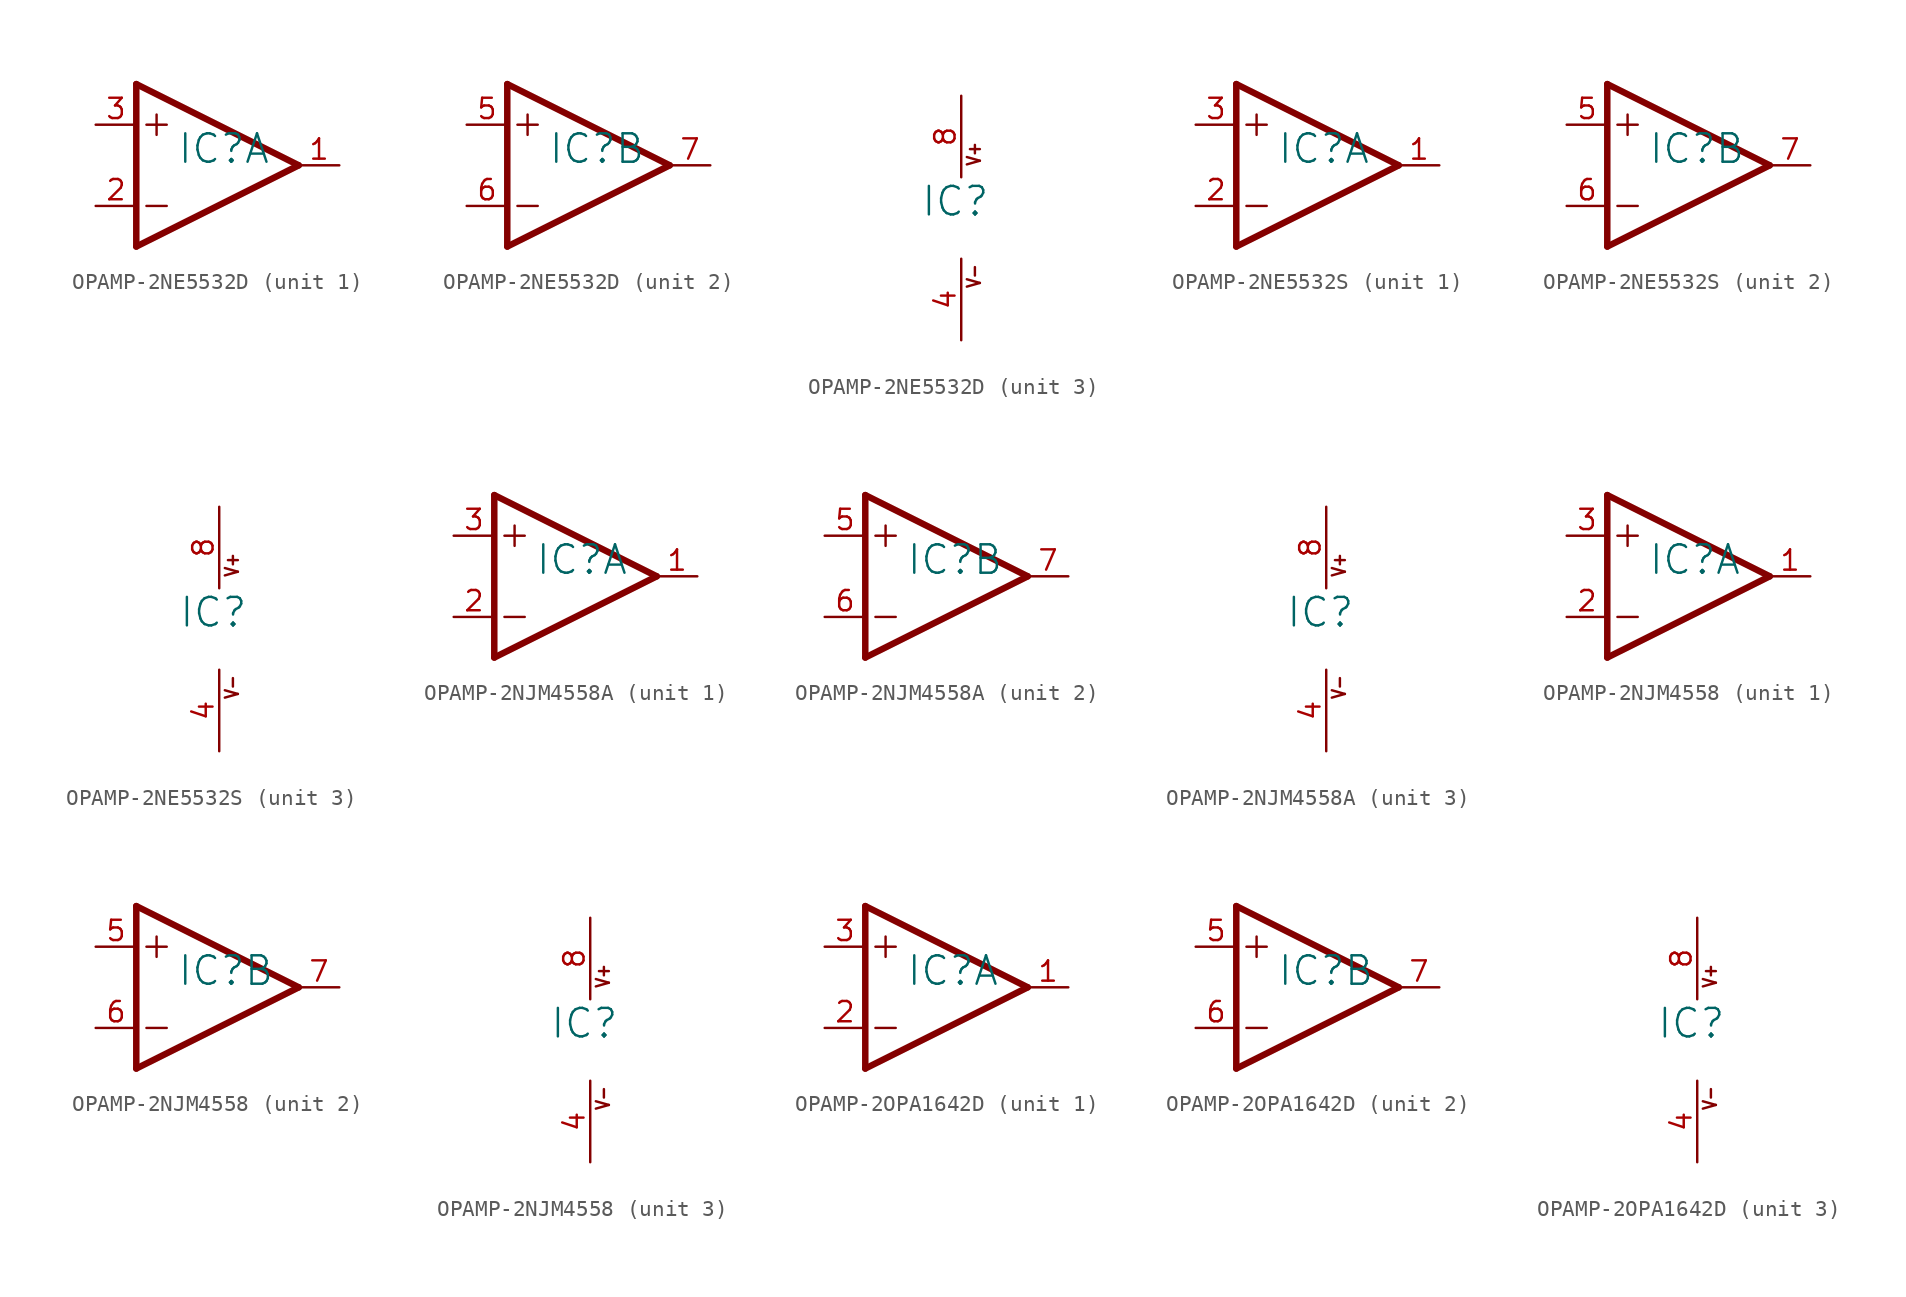
<source format=kicad_sym>
(kicad_symbol_lib
  (version 20231120)
  (generator "kicad_symbol_editor")
  (generator_version "8.0")
  (symbol "OPAMP-2NE5532D"
    (property "Reference" "IC"
      (at -2.54 0 0)
      (effects (font (size 1.778 1.778)) (justify left bottom)))
    (property "ki_locked" ""
      (at 0 0 0)
      (effects (font (size 1.27 1.27))))
    (symbol "OPAMP-2NE5532D_1_0"
      (polyline (pts (xy -5.08 -5.08) (xy 5.08 0)) (stroke (width 0.406) (type solid)) (fill (type none)))
      (polyline (pts (xy -5.08 5.08) (xy -5.08 -5.08)) (stroke (width 0.406) (type solid)) (fill (type none)))
      (polyline (pts (xy -4.445 -2.54) (xy -3.175 -2.54)) (stroke (width 0.152) (type solid)) (fill (type none)))
      (polyline (pts (xy -4.445 2.54) (xy -3.175 2.54)) (stroke (width 0.152) (type solid)) (fill (type none)))
      (polyline (pts (xy -3.81 3.175) (xy -3.81 1.905)) (stroke (width 0.152) (type solid)) (fill (type none)))
      (polyline (pts (xy 5.08 0) (xy -5.08 5.08)) (stroke (width 0.406) (type solid)) (fill (type none)))
      (pin output line (at 7.62 0 180) (length 2.54) (name "OUT" (effects (font (size 0 0)))) (number "1" (effects (font (size 1.27 1.27)))))
      (pin input line (at -7.62 -2.54 0) (length 2.54) (name "-IN" (effects (font (size 0 0)))) (number "2" (effects (font (size 1.27 1.27)))))
      (pin input line (at -7.62 2.54 0) (length 2.54) (name "+IN" (effects (font (size 0 0)))) (number "3" (effects (font (size 1.27 1.27))))))
    (symbol "OPAMP-2NE5532D_2_0"
      (polyline (pts (xy -5.08 -5.08) (xy 5.08 0)) (stroke (width 0.406) (type solid)) (fill (type none)))
      (polyline (pts (xy -5.08 5.08) (xy -5.08 -5.08)) (stroke (width 0.406) (type solid)) (fill (type none)))
      (polyline (pts (xy -4.445 -2.54) (xy -3.175 -2.54)) (stroke (width 0.152) (type solid)) (fill (type none)))
      (polyline (pts (xy -4.445 2.54) (xy -3.175 2.54)) (stroke (width 0.152) (type solid)) (fill (type none)))
      (polyline (pts (xy -3.81 3.175) (xy -3.81 1.905)) (stroke (width 0.152) (type solid)) (fill (type none)))
      (polyline (pts (xy 5.08 0) (xy -5.08 5.08)) (stroke (width 0.406) (type solid)) (fill (type none)))
      (pin input line (at -7.62 2.54 0) (length 2.54) (name "+IN" (effects (font (size 0 0)))) (number "5" (effects (font (size 1.27 1.27)))))
      (pin input line (at -7.62 -2.54 0) (length 2.54) (name "-IN" (effects (font (size 0 0)))) (number "6" (effects (font (size 1.27 1.27)))))
      (pin output line (at 7.62 0 180) (length 2.54) (name "OUT" (effects (font (size 0 0)))) (number "7" (effects (font (size 1.27 1.27))))))
    (symbol "OPAMP-2NE5532D_3_0"
      (text "V+" (at 1.27 3.175 900) (effects (font (size 0.813 0.691)) (justify left bottom)))
      (text "V-" (at 1.27 -4.445 900) (effects (font (size 0.813 0.691)) (justify left bottom)))
      (pin power_in line (at 0 -7.62 90) (length 5.08) (name "V-" (effects (font (size 0 0)))) (number "4" (effects (font (size 1.27 1.27)))))
      (pin power_in line (at 0 7.62 270) (length 5.08) (name "V+" (effects (font (size 0 0)))) (number "8" (effects (font (size 1.27 1.27)))))))
  (symbol "OPAMP-2NE5532S"
    (property "Reference" "IC"
      (at -2.54 0 0)
      (effects (font (size 1.778 1.778)) (justify left bottom)))
    (property "ki_locked" ""
      (at 0 0 0)
      (effects (font (size 1.27 1.27))))
    (symbol "OPAMP-2NE5532S_1_0"
      (polyline (pts (xy -5.08 -5.08) (xy 5.08 0)) (stroke (width 0.406) (type solid)) (fill (type none)))
      (polyline (pts (xy -5.08 5.08) (xy -5.08 -5.08)) (stroke (width 0.406) (type solid)) (fill (type none)))
      (polyline (pts (xy -4.445 -2.54) (xy -3.175 -2.54)) (stroke (width 0.152) (type solid)) (fill (type none)))
      (polyline (pts (xy -4.445 2.54) (xy -3.175 2.54)) (stroke (width 0.152) (type solid)) (fill (type none)))
      (polyline (pts (xy -3.81 3.175) (xy -3.81 1.905)) (stroke (width 0.152) (type solid)) (fill (type none)))
      (polyline (pts (xy 5.08 0) (xy -5.08 5.08)) (stroke (width 0.406) (type solid)) (fill (type none)))
      (pin output line (at 7.62 0 180) (length 2.54) (name "OUT" (effects (font (size 0 0)))) (number "1" (effects (font (size 1.27 1.27)))))
      (pin input line (at -7.62 -2.54 0) (length 2.54) (name "-IN" (effects (font (size 0 0)))) (number "2" (effects (font (size 1.27 1.27)))))
      (pin input line (at -7.62 2.54 0) (length 2.54) (name "+IN" (effects (font (size 0 0)))) (number "3" (effects (font (size 1.27 1.27))))))
    (symbol "OPAMP-2NE5532S_2_0"
      (polyline (pts (xy -5.08 -5.08) (xy 5.08 0)) (stroke (width 0.406) (type solid)) (fill (type none)))
      (polyline (pts (xy -5.08 5.08) (xy -5.08 -5.08)) (stroke (width 0.406) (type solid)) (fill (type none)))
      (polyline (pts (xy -4.445 -2.54) (xy -3.175 -2.54)) (stroke (width 0.152) (type solid)) (fill (type none)))
      (polyline (pts (xy -4.445 2.54) (xy -3.175 2.54)) (stroke (width 0.152) (type solid)) (fill (type none)))
      (polyline (pts (xy -3.81 3.175) (xy -3.81 1.905)) (stroke (width 0.152) (type solid)) (fill (type none)))
      (polyline (pts (xy 5.08 0) (xy -5.08 5.08)) (stroke (width 0.406) (type solid)) (fill (type none)))
      (pin input line (at -7.62 2.54 0) (length 2.54) (name "+IN" (effects (font (size 0 0)))) (number "5" (effects (font (size 1.27 1.27)))))
      (pin input line (at -7.62 -2.54 0) (length 2.54) (name "-IN" (effects (font (size 0 0)))) (number "6" (effects (font (size 1.27 1.27)))))
      (pin output line (at 7.62 0 180) (length 2.54) (name "OUT" (effects (font (size 0 0)))) (number "7" (effects (font (size 1.27 1.27))))))
    (symbol "OPAMP-2NE5532S_3_0"
      (text "V+" (at 1.27 3.175 900) (effects (font (size 0.813 0.691)) (justify left bottom)))
      (text "V-" (at 1.27 -4.445 900) (effects (font (size 0.813 0.691)) (justify left bottom)))
      (pin power_in line (at 0 -7.62 90) (length 5.08) (name "V-" (effects (font (size 0 0)))) (number "4" (effects (font (size 1.27 1.27)))))
      (pin power_in line (at 0 7.62 270) (length 5.08) (name "V+" (effects (font (size 0 0)))) (number "8" (effects (font (size 1.27 1.27)))))))
  (symbol "OPAMP-2NJM4558A"
    (property "Reference" "IC"
      (at -2.54 0 0)
      (effects (font (size 1.778 1.778)) (justify left bottom)))
    (property "ki_locked" ""
      (at 0 0 0)
      (effects (font (size 1.27 1.27))))
    (symbol "OPAMP-2NJM4558A_1_0"
      (polyline (pts (xy -5.08 -5.08) (xy 5.08 0)) (stroke (width 0.406) (type solid)) (fill (type none)))
      (polyline (pts (xy -5.08 5.08) (xy -5.08 -5.08)) (stroke (width 0.406) (type solid)) (fill (type none)))
      (polyline (pts (xy -4.445 -2.54) (xy -3.175 -2.54)) (stroke (width 0.152) (type solid)) (fill (type none)))
      (polyline (pts (xy -4.445 2.54) (xy -3.175 2.54)) (stroke (width 0.152) (type solid)) (fill (type none)))
      (polyline (pts (xy -3.81 3.175) (xy -3.81 1.905)) (stroke (width 0.152) (type solid)) (fill (type none)))
      (polyline (pts (xy 5.08 0) (xy -5.08 5.08)) (stroke (width 0.406) (type solid)) (fill (type none)))
      (pin output line (at 7.62 0 180) (length 2.54) (name "OUT" (effects (font (size 0 0)))) (number "1" (effects (font (size 1.27 1.27)))))
      (pin input line (at -7.62 -2.54 0) (length 2.54) (name "-IN" (effects (font (size 0 0)))) (number "2" (effects (font (size 1.27 1.27)))))
      (pin input line (at -7.62 2.54 0) (length 2.54) (name "+IN" (effects (font (size 0 0)))) (number "3" (effects (font (size 1.27 1.27))))))
    (symbol "OPAMP-2NJM4558A_2_0"
      (polyline (pts (xy -5.08 -5.08) (xy 5.08 0)) (stroke (width 0.406) (type solid)) (fill (type none)))
      (polyline (pts (xy -5.08 5.08) (xy -5.08 -5.08)) (stroke (width 0.406) (type solid)) (fill (type none)))
      (polyline (pts (xy -4.445 -2.54) (xy -3.175 -2.54)) (stroke (width 0.152) (type solid)) (fill (type none)))
      (polyline (pts (xy -4.445 2.54) (xy -3.175 2.54)) (stroke (width 0.152) (type solid)) (fill (type none)))
      (polyline (pts (xy -3.81 3.175) (xy -3.81 1.905)) (stroke (width 0.152) (type solid)) (fill (type none)))
      (polyline (pts (xy 5.08 0) (xy -5.08 5.08)) (stroke (width 0.406) (type solid)) (fill (type none)))
      (pin input line (at -7.62 2.54 0) (length 2.54) (name "+IN" (effects (font (size 0 0)))) (number "5" (effects (font (size 1.27 1.27)))))
      (pin input line (at -7.62 -2.54 0) (length 2.54) (name "-IN" (effects (font (size 0 0)))) (number "6" (effects (font (size 1.27 1.27)))))
      (pin output line (at 7.62 0 180) (length 2.54) (name "OUT" (effects (font (size 0 0)))) (number "7" (effects (font (size 1.27 1.27))))))
    (symbol "OPAMP-2NJM4558A_3_0"
      (text "V+" (at 1.27 3.175 900) (effects (font (size 0.813 0.691)) (justify left bottom)))
      (text "V-" (at 1.27 -4.445 900) (effects (font (size 0.813 0.691)) (justify left bottom)))
      (pin power_in line (at 0 -7.62 90) (length 5.08) (name "V-" (effects (font (size 0 0)))) (number "4" (effects (font (size 1.27 1.27)))))
      (pin power_in line (at 0 7.62 270) (length 5.08) (name "V+" (effects (font (size 0 0)))) (number "8" (effects (font (size 1.27 1.27)))))))
  (symbol "OPAMP-2NJM4558"
    (property "Reference" "IC"
      (at -2.54 0 0)
      (effects (font (size 1.778 1.778)) (justify left bottom)))
    (property "ki_locked" ""
      (at 0 0 0)
      (effects (font (size 1.27 1.27))))
    (symbol "OPAMP-2NJM4558_1_0"
      (polyline (pts (xy -5.08 -5.08) (xy 5.08 0)) (stroke (width 0.406) (type solid)) (fill (type none)))
      (polyline (pts (xy -5.08 5.08) (xy -5.08 -5.08)) (stroke (width 0.406) (type solid)) (fill (type none)))
      (polyline (pts (xy -4.445 -2.54) (xy -3.175 -2.54)) (stroke (width 0.152) (type solid)) (fill (type none)))
      (polyline (pts (xy -4.445 2.54) (xy -3.175 2.54)) (stroke (width 0.152) (type solid)) (fill (type none)))
      (polyline (pts (xy -3.81 3.175) (xy -3.81 1.905)) (stroke (width 0.152) (type solid)) (fill (type none)))
      (polyline (pts (xy 5.08 0) (xy -5.08 5.08)) (stroke (width 0.406) (type solid)) (fill (type none)))
      (pin output line (at 7.62 0 180) (length 2.54) (name "OUT" (effects (font (size 0 0)))) (number "1" (effects (font (size 1.27 1.27)))))
      (pin input line (at -7.62 -2.54 0) (length 2.54) (name "-IN" (effects (font (size 0 0)))) (number "2" (effects (font (size 1.27 1.27)))))
      (pin input line (at -7.62 2.54 0) (length 2.54) (name "+IN" (effects (font (size 0 0)))) (number "3" (effects (font (size 1.27 1.27))))))
    (symbol "OPAMP-2NJM4558_2_0"
      (polyline (pts (xy -5.08 -5.08) (xy 5.08 0)) (stroke (width 0.406) (type solid)) (fill (type none)))
      (polyline (pts (xy -5.08 5.08) (xy -5.08 -5.08)) (stroke (width 0.406) (type solid)) (fill (type none)))
      (polyline (pts (xy -4.445 -2.54) (xy -3.175 -2.54)) (stroke (width 0.152) (type solid)) (fill (type none)))
      (polyline (pts (xy -4.445 2.54) (xy -3.175 2.54)) (stroke (width 0.152) (type solid)) (fill (type none)))
      (polyline (pts (xy -3.81 3.175) (xy -3.81 1.905)) (stroke (width 0.152) (type solid)) (fill (type none)))
      (polyline (pts (xy 5.08 0) (xy -5.08 5.08)) (stroke (width 0.406) (type solid)) (fill (type none)))
      (pin input line (at -7.62 2.54 0) (length 2.54) (name "+IN" (effects (font (size 0 0)))) (number "5" (effects (font (size 1.27 1.27)))))
      (pin input line (at -7.62 -2.54 0) (length 2.54) (name "-IN" (effects (font (size 0 0)))) (number "6" (effects (font (size 1.27 1.27)))))
      (pin output line (at 7.62 0 180) (length 2.54) (name "OUT" (effects (font (size 0 0)))) (number "7" (effects (font (size 1.27 1.27))))))
    (symbol "OPAMP-2NJM4558_3_0"
      (text "V+" (at 1.27 3.175 900) (effects (font (size 0.813 0.691)) (justify left bottom)))
      (text "V-" (at 1.27 -4.445 900) (effects (font (size 0.813 0.691)) (justify left bottom)))
      (pin power_in line (at 0 -7.62 90) (length 5.08) (name "V-" (effects (font (size 0 0)))) (number "4" (effects (font (size 1.27 1.27)))))
      (pin power_in line (at 0 7.62 270) (length 5.08) (name "V+" (effects (font (size 0 0)))) (number "8" (effects (font (size 1.27 1.27)))))))
  (symbol "OPAMP-2OPA1642D"
    (property "Reference" "IC"
      (at -2.54 0 0)
      (effects (font (size 1.778 1.778)) (justify left bottom)))
    (property "ki_locked" ""
      (at 0 0 0)
      (effects (font (size 1.27 1.27))))
    (symbol "OPAMP-2OPA1642D_1_0"
      (polyline (pts (xy -5.08 -5.08) (xy 5.08 0)) (stroke (width 0.406) (type solid)) (fill (type none)))
      (polyline (pts (xy -5.08 5.08) (xy -5.08 -5.08)) (stroke (width 0.406) (type solid)) (fill (type none)))
      (polyline (pts (xy -4.445 -2.54) (xy -3.175 -2.54)) (stroke (width 0.152) (type solid)) (fill (type none)))
      (polyline (pts (xy -4.445 2.54) (xy -3.175 2.54)) (stroke (width 0.152) (type solid)) (fill (type none)))
      (polyline (pts (xy -3.81 3.175) (xy -3.81 1.905)) (stroke (width 0.152) (type solid)) (fill (type none)))
      (polyline (pts (xy 5.08 0) (xy -5.08 5.08)) (stroke (width 0.406) (type solid)) (fill (type none)))
      (pin output line (at 7.62 0 180) (length 2.54) (name "OUT" (effects (font (size 0 0)))) (number "1" (effects (font (size 1.27 1.27)))))
      (pin input line (at -7.62 -2.54 0) (length 2.54) (name "-IN" (effects (font (size 0 0)))) (number "2" (effects (font (size 1.27 1.27)))))
      (pin input line (at -7.62 2.54 0) (length 2.54) (name "+IN" (effects (font (size 0 0)))) (number "3" (effects (font (size 1.27 1.27))))))
    (symbol "OPAMP-2OPA1642D_2_0"
      (polyline (pts (xy -5.08 -5.08) (xy 5.08 0)) (stroke (width 0.406) (type solid)) (fill (type none)))
      (polyline (pts (xy -5.08 5.08) (xy -5.08 -5.08)) (stroke (width 0.406) (type solid)) (fill (type none)))
      (polyline (pts (xy -4.445 -2.54) (xy -3.175 -2.54)) (stroke (width 0.152) (type solid)) (fill (type none)))
      (polyline (pts (xy -4.445 2.54) (xy -3.175 2.54)) (stroke (width 0.152) (type solid)) (fill (type none)))
      (polyline (pts (xy -3.81 3.175) (xy -3.81 1.905)) (stroke (width 0.152) (type solid)) (fill (type none)))
      (polyline (pts (xy 5.08 0) (xy -5.08 5.08)) (stroke (width 0.406) (type solid)) (fill (type none)))
      (pin input line (at -7.62 2.54 0) (length 2.54) (name "+IN" (effects (font (size 0 0)))) (number "5" (effects (font (size 1.27 1.27)))))
      (pin input line (at -7.62 -2.54 0) (length 2.54) (name "-IN" (effects (font (size 0 0)))) (number "6" (effects (font (size 1.27 1.27)))))
      (pin output line (at 7.62 0 180) (length 2.54) (name "OUT" (effects (font (size 0 0)))) (number "7" (effects (font (size 1.27 1.27))))))
    (symbol "OPAMP-2OPA1642D_3_0"
      (text "V+" (at 1.27 3.175 900) (effects (font (size 0.813 0.691)) (justify left bottom)))
      (text "V-" (at 1.27 -4.445 900) (effects (font (size 0.813 0.691)) (justify left bottom)))
      (pin power_in line (at 0 -7.62 90) (length 5.08) (name "V-" (effects (font (size 0 0)))) (number "4" (effects (font (size 1.27 1.27)))))
      (pin power_in line (at 0 7.62 270) (length 5.08) (name "V+" (effects (font (size 0 0)))) (number "8" (effects (font (size 1.27 1.27))))))))
</source>
